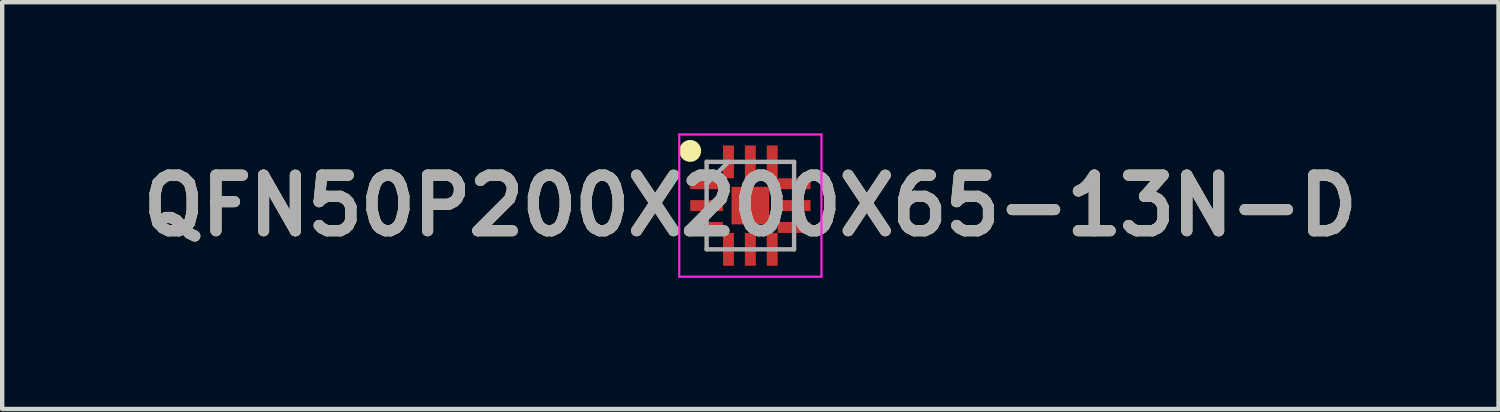
<source format=kicad_pcb>
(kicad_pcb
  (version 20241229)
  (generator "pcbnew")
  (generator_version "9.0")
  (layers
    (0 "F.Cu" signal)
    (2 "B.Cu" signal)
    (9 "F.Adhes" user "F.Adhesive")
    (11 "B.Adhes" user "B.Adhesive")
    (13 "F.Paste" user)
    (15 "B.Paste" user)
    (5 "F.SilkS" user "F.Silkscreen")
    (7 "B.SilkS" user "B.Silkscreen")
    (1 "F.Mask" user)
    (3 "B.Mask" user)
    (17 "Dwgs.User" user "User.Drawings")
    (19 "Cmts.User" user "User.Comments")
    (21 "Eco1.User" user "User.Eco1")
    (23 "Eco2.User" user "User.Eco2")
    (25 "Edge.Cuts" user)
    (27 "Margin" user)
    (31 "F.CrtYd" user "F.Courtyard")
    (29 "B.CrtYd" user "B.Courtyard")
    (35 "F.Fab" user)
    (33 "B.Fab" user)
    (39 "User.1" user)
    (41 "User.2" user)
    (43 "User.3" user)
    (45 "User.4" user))
  (footprint "QFN50P200X200X65-13N-D"
    (layer "F.Cu")
    (at 14.103 1.65)
    (property "Reference" "QFN50P200X200X65-13N-D" (at 0 0 0) (layer "F.SilkS") (effects (font (size 1.27 1.27) (thickness 0.254))))
    (attr smd)
    (fp_circle (center -1.375 -1.25) (end -1.375 -1.125) (stroke (width 0.25) (type solid)) (fill no) (layer "F.SilkS"))
    (fp_line (start -1.625 -1.625) (end 1.625 -1.625) (stroke (width 0.05) (type solid)) (layer "F.CrtYd"))
    (fp_line (start -1.625 1.625) (end -1.625 -1.625) (stroke (width 0.05) (type solid)) (layer "F.CrtYd"))
    (fp_line (start 1.625 -1.625) (end 1.625 1.625) (stroke (width 0.05) (type solid)) (layer "F.CrtYd"))
    (fp_line (start 1.625 1.625) (end -1.625 1.625) (stroke (width 0.05) (type solid)) (layer "F.CrtYd"))
    (fp_line (start -1 -1) (end 1 -1) (stroke (width 0.1) (type solid)) (layer "F.Fab"))
    (fp_line (start -1 -0.5) (end -0.5 -1) (stroke (width 0.1) (type solid)) (layer "F.Fab"))
    (fp_line (start -1 1) (end -1 -1) (stroke (width 0.1) (type solid)) (layer "F.Fab"))
    (fp_line (start 1 -1) (end 1 1) (stroke (width 0.1) (type solid)) (layer "F.Fab"))
    (fp_line (start 1 1) (end -1 1) (stroke (width 0.1) (type solid)) (layer "F.Fab"))
    (fp_text user "${REFERENCE}" (at 0 0 0) (layer "F.Fab") (effects (font (size 1.27 1.27) (thickness 0.254))))
    (pad "1" smd rect (at -1 -0.5 90) (size 0.25 0.75) (layers "F.Cu" "F.Mask" "F.Paste"))
    (pad "2" smd rect (at -1 0 90) (size 0.25 0.75) (layers "F.Cu" "F.Mask" "F.Paste"))
    (pad "3" smd rect (at -1 0.5 90) (size 0.25 0.75) (layers "F.Cu" "F.Mask" "F.Paste"))
    (pad "4" smd rect (at -0.5 1) (size 0.25 0.75) (layers "F.Cu" "F.Mask" "F.Paste"))
    (pad "5" smd rect (at 0 1) (size 0.25 0.75) (layers "F.Cu" "F.Mask" "F.Paste"))
    (pad "6" smd rect (at 0.5 1) (size 0.25 0.75) (layers "F.Cu" "F.Mask" "F.Paste"))
    (pad "7" smd rect (at 1 0.5 90) (size 0.25 0.75) (layers "F.Cu" "F.Mask" "F.Paste"))
    (pad "8" smd rect (at 1 0 90) (size 0.25 0.75) (layers "F.Cu" "F.Mask" "F.Paste"))
    (pad "9" smd rect (at 1 -0.5 90) (size 0.25 0.75) (layers "F.Cu" "F.Mask" "F.Paste"))
    (pad "10" smd rect (at 0.5 -1) (size 0.25 0.75) (layers "F.Cu" "F.Mask" "F.Paste"))
    (pad "11" smd rect (at 0 -1) (size 0.25 0.75) (layers "F.Cu" "F.Mask" "F.Paste"))
    (pad "12" smd rect (at -0.5 -1) (size 0.25 0.75) (layers "F.Cu" "F.Mask" "F.Paste"))
    (pad "13" smd rect (at 0 0) (size 0.86 0.86) (layers "F.Cu" "F.Mask" "F.Paste")))
  (gr_rect
    (start -3 -3)
    (end 31.206 6.3)
    (stroke (width 0.1) (type default))
    (fill no)
    (layer "Edge.Cuts")))
</source>
